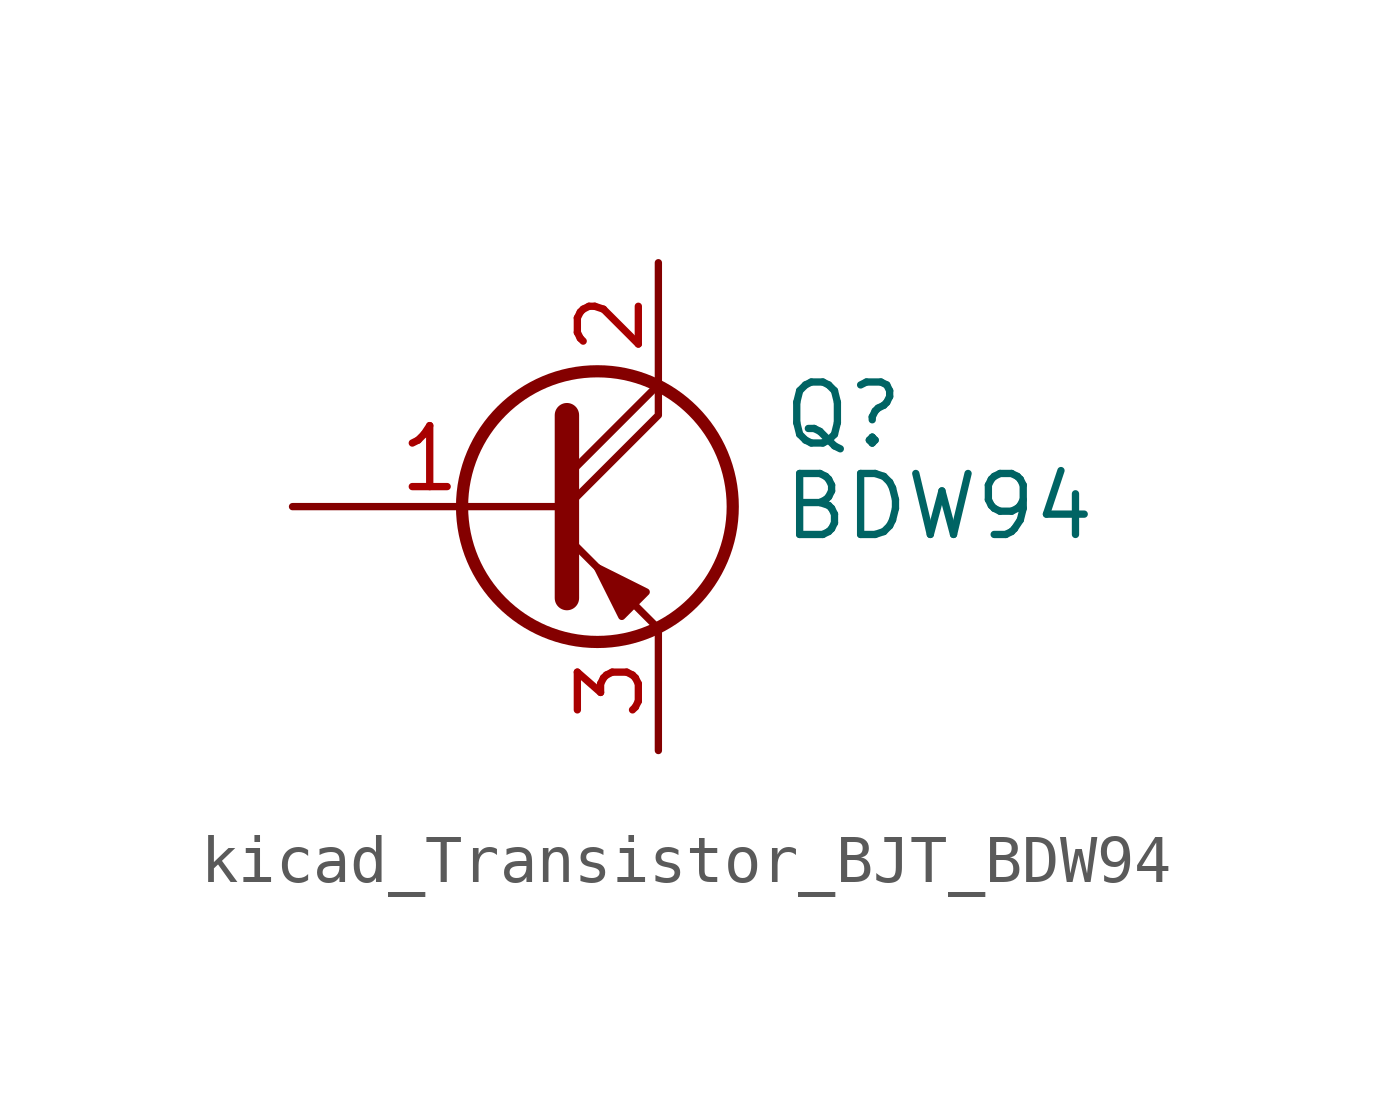
<source format=kicad_sym>
(kicad_symbol_lib
  (version 20220914)
  (generator kicad_symbol_editor)
  (symbol "kicad_Transistor_BJT_BDW94"
    (pin_names
      (offset 0) hide)
    (property "Reference" "Q"
      (at 5.08 1.905 0)
      (effects (font (size 1.27 1.27)) (justify left)))
    (property "Value" "BDW94"
      (at 5.08 0 0)
      (effects (font (size 1.27 1.27)) (justify left)))
    (symbol "kicad_Transistor_BJT_BDW94_0_1"
      (polyline (pts (xy 0.635 0.635) (xy 2.54 2.54)) (stroke (width 0) (type default)) (fill (type none)))
      (polyline (pts (xy 0.635 -0.635) (xy 2.54 -2.54) (xy 2.54 -2.54)) (stroke (width 0) (type default)) (fill (type none)))
      (polyline (pts (xy 0.635 0) (xy 2.54 1.905) (xy 2.54 2.54)) (stroke (width 0) (type default)) (fill (type none)))
      (polyline (pts (xy 0.635 1.905) (xy 0.635 -1.905) (xy 0.635 -1.905)) (stroke (width 0.508) (type default)) (fill (type none)))
      (polyline (pts (xy 2.286 -1.778) (xy 1.778 -2.286) (xy 1.27 -1.27) (xy 2.286 -1.778) (xy 2.286 -1.778)) (stroke (width 0) (type default)) (fill (type outline)))
      (circle (center 1.27 0) (radius 2.819) (stroke (width 0.254) (type default)) (fill (type none))))
    (symbol "kicad_Transistor_BJT_BDW94_1_1"
      (pin input line (at -5.08 0 0) (length 5.715) (name "B" (effects (font (size 1.27 1.27)))) (number "1" (effects (font (size 1.27 1.27)))))
      (pin passive line (at 2.54 5.08 270) (length 2.54) (name "C" (effects (font (size 1.27 1.27)))) (number "2" (effects (font (size 1.27 1.27)))))
      (pin passive line (at 2.54 -5.08 90) (length 2.54) (name "E" (effects (font (size 1.27 1.27)))) (number "3" (effects (font (size 1.27 1.27))))))))
</source>
